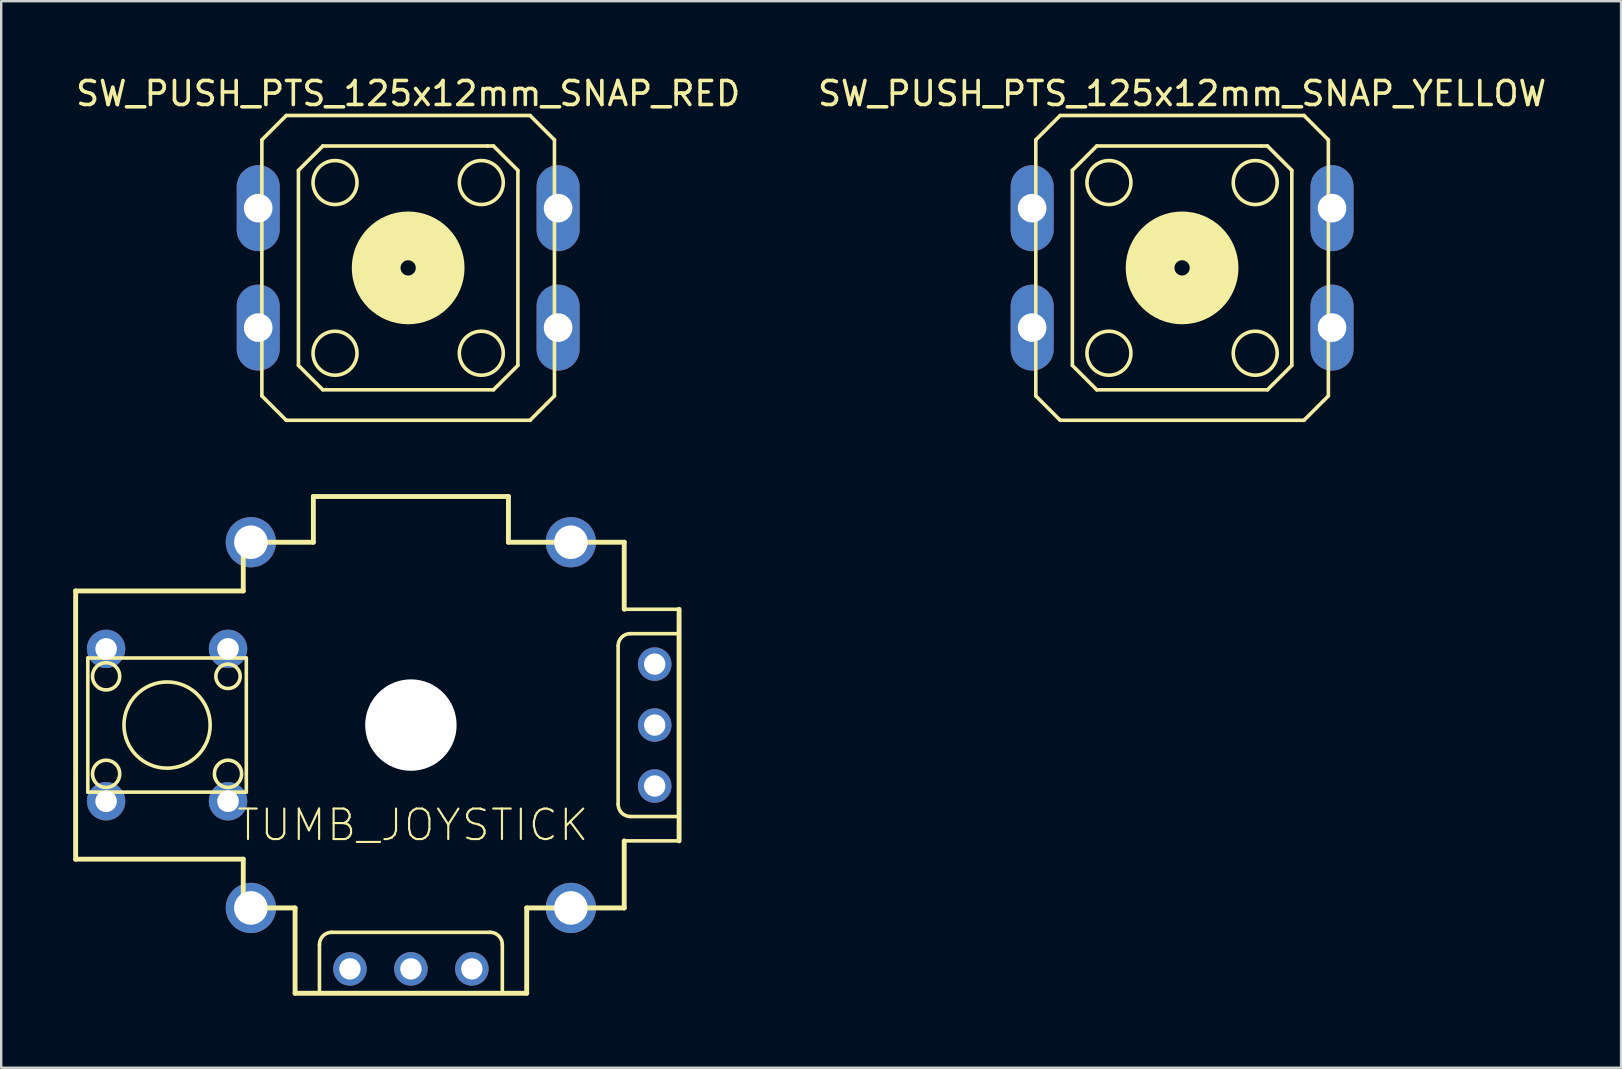
<source format=kicad_pcb>
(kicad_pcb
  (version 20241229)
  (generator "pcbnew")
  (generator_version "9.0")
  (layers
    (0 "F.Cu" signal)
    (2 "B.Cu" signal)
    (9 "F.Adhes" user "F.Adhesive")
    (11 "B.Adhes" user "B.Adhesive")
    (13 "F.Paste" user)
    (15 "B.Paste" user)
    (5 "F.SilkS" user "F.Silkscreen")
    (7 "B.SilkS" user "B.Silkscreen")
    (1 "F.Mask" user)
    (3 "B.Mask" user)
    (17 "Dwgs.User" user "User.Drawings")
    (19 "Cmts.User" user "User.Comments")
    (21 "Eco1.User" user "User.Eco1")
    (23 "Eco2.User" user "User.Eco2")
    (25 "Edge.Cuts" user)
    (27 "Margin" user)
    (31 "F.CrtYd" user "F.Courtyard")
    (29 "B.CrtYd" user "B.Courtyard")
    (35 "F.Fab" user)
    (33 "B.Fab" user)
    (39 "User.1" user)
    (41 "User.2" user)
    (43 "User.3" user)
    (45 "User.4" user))
  (footprint "TUMB_JOYSTICK"
    (layer "F.Cu")
    (at 14.199 27.291)
    (property "Reference" "TUMB_JOYSTICK" (at -0.051 4.039 180) (layer "F.SilkS") (effects (font (size 1.27 1.27) (thickness 0.089))))
    (attr exclude_from_pos_files exclude_from_bom)
    (fp_line (start -14.097 -5.715) (end -14.097 5.461) (stroke (width 0.203) (type solid)) (layer "F.SilkS"))
    (fp_line (start -14.097 -5.715) (end -7.112 -5.715) (stroke (width 0.203) (type solid)) (layer "F.SilkS"))
    (fp_line (start -14.097 5.461) (end -7.112 5.461) (stroke (width 0.203) (type solid)) (layer "F.SilkS"))
    (fp_line (start -13.589 -2.921) (end -13.589 2.667) (stroke (width 0.15) (type solid)) (layer "F.SilkS"))
    (fp_line (start -13.589 2.667) (end -6.985 2.667) (stroke (width 0.15) (type solid)) (layer "F.SilkS"))
    (fp_line (start -7.112 -7.747) (end -7.112 -5.715) (stroke (width 0.203) (type solid)) (layer "F.SilkS"))
    (fp_line (start -7.112 5.461) (end -7.112 7.493) (stroke (width 0.203) (type solid)) (layer "F.SilkS"))
    (fp_line (start -6.985 -2.921) (end -13.589 -2.921) (stroke (width 0.15) (type solid)) (layer "F.SilkS"))
    (fp_line (start -6.985 2.667) (end -6.985 -2.921) (stroke (width 0.15) (type solid)) (layer "F.SilkS"))
    (fp_line (start -4.953 7.493) (end -7.112 7.493) (stroke (width 0.203) (type solid)) (layer "F.SilkS"))
    (fp_line (start -4.953 7.493) (end -4.953 11.049) (stroke (width 0.203) (type solid)) (layer "F.SilkS"))
    (fp_line (start -4.953 11.049) (end 4.699 11.049) (stroke (width 0.203) (type solid)) (layer "F.SilkS"))
    (fp_line (start -4.191 -9.652) (end 3.937 -9.652) (stroke (width 0.203) (type solid)) (layer "F.SilkS"))
    (fp_line (start -4.191 -7.747) (end -7.112 -7.747) (stroke (width 0.203) (type solid)) (layer "F.SilkS"))
    (fp_line (start -4.191 -7.747) (end -4.191 -9.652) (stroke (width 0.203) (type solid)) (layer "F.SilkS"))
    (fp_line (start -3.937 11.049) (end -3.937 9.017) (stroke (width 0.15) (type solid)) (layer "F.SilkS"))
    (fp_line (start 3.175 8.509) (end -3.429 8.509) (stroke (width 0.15) (type solid)) (layer "F.SilkS"))
    (fp_line (start 3.683 11.049) (end 3.683 9.017) (stroke (width 0.15) (type solid)) (layer "F.SilkS"))
    (fp_line (start 3.937 -7.747) (end 3.937 -9.652) (stroke (width 0.203) (type solid)) (layer "F.SilkS"))
    (fp_line (start 3.937 -7.747) (end 8.763 -7.747) (stroke (width 0.203) (type solid)) (layer "F.SilkS"))
    (fp_line (start 4.699 7.493) (end 4.699 11.049) (stroke (width 0.203) (type solid)) (layer "F.SilkS"))
    (fp_line (start 4.699 7.493) (end 8.763 7.493) (stroke (width 0.203) (type solid)) (layer "F.SilkS"))
    (fp_line (start 8.509 -3.429) (end 8.509 3.175) (stroke (width 0.15) (type solid)) (layer "F.SilkS"))
    (fp_line (start 8.763 -4.953) (end 8.763 -7.747) (stroke (width 0.203) (type solid)) (layer "F.SilkS"))
    (fp_line (start 8.763 -4.953) (end 11.049 -4.953) (stroke (width 0.15) (type solid)) (layer "F.SilkS"))
    (fp_line (start 8.763 4.699) (end 8.763 7.493) (stroke (width 0.203) (type solid)) (layer "F.SilkS"))
    (fp_line (start 8.763 4.699) (end 11.049 4.699) (stroke (width 0.15) (type solid)) (layer "F.SilkS"))
    (fp_line (start 11.049 -4.953) (end 11.049 4.699) (stroke (width 0.203) (type solid)) (layer "F.SilkS"))
    (fp_line (start 11.049 -3.937) (end 9.017 -3.937) (stroke (width 0.15) (type solid)) (layer "F.SilkS"))
    (fp_line (start 11.049 3.683) (end 9.017 3.683) (stroke (width 0.15) (type solid)) (layer "F.SilkS"))
    (fp_arc (start -3.937 9.017) (mid -3.78821 8.65779) (end -3.429 8.509) (stroke (width 0.15) (type solid)) (layer "F.SilkS"))
    (fp_arc (start 3.175 8.509) (mid 3.53421 8.65779) (end 3.683 9.017) (stroke (width 0.15) (type solid)) (layer "F.SilkS"))
    (fp_arc (start 8.509 -3.429) (mid 8.65779 -3.78821) (end 9.017 -3.937) (stroke (width 0.15) (type solid)) (layer "F.SilkS"))
    (fp_arc (start 9.017 3.683) (mid 8.65779 3.53421) (end 8.509 3.175) (stroke (width 0.15) (type solid)) (layer "F.SilkS"))
    (fp_circle (center -12.827 -2.159) (end -12.319 -1.905) (stroke (width 0.15) (type solid)) (fill no) (layer "F.SilkS"))
    (fp_circle (center -12.827 1.905) (end -12.573 1.397) (stroke (width 0.15) (type solid)) (fill no) (layer "F.SilkS"))
    (fp_circle (center -10.287 -0.127) (end -9.017 -1.397) (stroke (width 0.15) (type solid)) (fill no) (layer "F.SilkS"))
    (fp_circle (center -7.747 -2.159) (end -7.747 -1.651) (stroke (width 0.15) (type solid)) (fill no) (layer "F.SilkS"))
    (fp_circle (center -7.747 1.905) (end -7.493 1.397) (stroke (width 0.15) (type solid)) (fill no) (layer "F.SilkS"))
    (pad "" np_thru_hole circle (at -0.127 -0.127 90) (size 3.81 3.81) (drill 3.81) (layers "*.Cu" "*.Mask"))
    (pad "1" thru_hole circle (at -2.667 10.033 90) (size 1.397 1.397) (drill 0.889) (layers "*.Cu" "*.Mask"))
    (pad "2" thru_hole circle (at -0.127 10.033 90) (size 1.397 1.397) (drill 0.889) (layers "*.Cu" "*.Mask"))
    (pad "3" thru_hole circle (at 2.413 10.033 90) (size 1.397 1.397) (drill 0.889) (layers "*.Cu" "*.Mask"))
    (pad "4" thru_hole circle (at 10.033 2.413 90) (size 1.397 1.397) (drill 0.889) (layers "*.Cu" "*.Mask"))
    (pad "5" thru_hole circle (at 10.033 -0.127 90) (size 1.397 1.397) (drill 0.889) (layers "*.Cu" "*.Mask"))
    (pad "6" thru_hole circle (at 10.033 -2.667 90) (size 1.397 1.397) (drill 0.889) (layers "*.Cu" "*.Mask"))
    (pad "7" thru_hole circle (at -12.827 3.048 90) (size 1.6 1.6) (drill 0.899) (layers "*.Cu" "*.Mask"))
    (pad "7" thru_hole circle (at -7.747 3.048 90) (size 1.6 1.6) (drill 0.899) (layers "*.Cu" "*.Mask"))
    (pad "8" thru_hole circle (at -12.827 -3.302 90) (size 1.6 1.6) (drill 0.899) (layers "*.Cu" "*.Mask"))
    (pad "8" thru_hole circle (at -7.747 -3.302 90) (size 1.6 1.6) (drill 0.899) (layers "*.Cu" "*.Mask"))
    (pad "9" thru_hole circle (at -6.795 -7.747 90) (size 2.095 2.095) (drill 1.397) (layers "*.Cu" "*.Mask"))
    (pad "9" thru_hole circle (at -6.795 7.493 90) (size 2.095 2.095) (drill 1.397) (layers "*.Cu" "*.Mask"))
    (pad "9" thru_hole circle (at 6.54 -7.747 90) (size 2.095 2.095) (drill 1.397) (layers "*.Cu" "*.Mask"))
    (pad "9" thru_hole circle (at 6.54 7.493 90) (size 2.095 2.095) (drill 1.397) (layers "*.Cu" "*.Mask")))
  (footprint "SW_PUSH_PTS_125x12mm_SNAP_RED"
    (layer "F.Cu")
    (at 13.958 8.113)
    (property "Reference" "SW_PUSH_PTS_125x12mm_SNAP_RED" (at 0 -7.264 0) (layer "F.SilkS") (effects (font (size 1 1) (thickness 0.15))))
    (attr through_hole)
    (fp_line (start -6.096 -5.334) (end -6.096 5.334) (stroke (width 0.15) (type solid)) (layer "F.SilkS"))
    (fp_line (start -6.096 -5.334) (end -5.08 -6.35) (stroke (width 0.15) (type solid)) (layer "F.SilkS"))
    (fp_line (start -5.08 -6.35) (end 5.08 -6.35) (stroke (width 0.15) (type solid)) (layer "F.SilkS"))
    (fp_line (start -5.08 6.35) (end -6.096 5.334) (stroke (width 0.15) (type solid)) (layer "F.SilkS"))
    (fp_line (start -5.08 6.35) (end 5.08 6.35) (stroke (width 0.15) (type solid)) (layer "F.SilkS"))
    (fp_line (start -4.572 -4.064) (end -4.572 4.064) (stroke (width 0.15) (type solid)) (layer "F.SilkS"))
    (fp_line (start -4.572 -4.064) (end -3.556 -5.08) (stroke (width 0.15) (type solid)) (layer "F.SilkS"))
    (fp_line (start -4.572 4.064) (end -3.556 5.08) (stroke (width 0.15) (type solid)) (layer "F.SilkS"))
    (fp_line (start -3.556 -5.08) (end 3.302 -5.08) (stroke (width 0.15) (type solid)) (layer "F.SilkS"))
    (fp_line (start 3.302 -5.08) (end 3.556 -5.08) (stroke (width 0.15) (type solid)) (layer "F.SilkS"))
    (fp_line (start 3.556 -5.08) (end 4.572 -4.064) (stroke (width 0.15) (type solid)) (layer "F.SilkS"))
    (fp_line (start 3.556 5.08) (end -3.556 5.08) (stroke (width 0.15) (type solid)) (layer "F.SilkS"))
    (fp_line (start 4.572 4.064) (end 3.556 5.08) (stroke (width 0.15) (type solid)) (layer "F.SilkS"))
    (fp_line (start 4.572 4.064) (end 4.572 -4.064) (stroke (width 0.15) (type solid)) (layer "F.SilkS"))
    (fp_line (start 5.08 6.35) (end 6.096 5.334) (stroke (width 0.15) (type solid)) (layer "F.SilkS"))
    (fp_line (start 6.096 -5.334) (end 5.08 -6.35) (stroke (width 0.15) (type solid)) (layer "F.SilkS"))
    (fp_line (start 6.096 5.334) (end 6.096 -5.334) (stroke (width 0.15) (type solid)) (layer "F.SilkS"))
    (fp_circle (center -3.048 -3.556) (end -2.54 -2.794) (stroke (width 0.15) (type solid)) (fill no) (layer "F.SilkS"))
    (fp_circle (center -3.048 3.556) (end -2.286 3.048) (stroke (width 0.15) (type solid)) (fill no) (layer "F.SilkS"))
    (fp_circle (center 0 0) (end 1.333 0) (stroke (width 2.032) (type solid)) (fill no) (layer "F.SilkS"))
    (fp_circle (center 3.048 -3.556) (end 2.286 -3.048) (stroke (width 0.15) (type solid)) (fill no) (layer "F.SilkS"))
    (fp_circle (center 3.048 3.556) (end 2.286 3.048) (stroke (width 0.15) (type solid)) (fill no) (layer "F.SilkS"))
    (pad "1" thru_hole oval (at -6.248 -2.489) (size 1.791 3.581) (drill 1.194) (layers "*.Cu" "*.Mask"))
    (pad "2" thru_hole oval (at 6.248 -2.489) (size 1.791 3.581) (drill 1.194) (layers "*.Cu" "*.Mask"))
    (pad "3" thru_hole oval (at -6.248 2.489) (size 1.791 3.581) (drill 1.194) (layers "*.Cu" "*.Mask"))
    (pad "4" thru_hole oval (at 6.248 2.489) (size 1.791 3.581) (drill 1.194) (layers "*.Cu" "*.Mask")))
  (footprint "SW_PUSH_PTS_125x12mm_SNAP_YELLOW"
    (layer "F.Cu")
    (at 46.208 8.113)
    (property "Reference" "SW_PUSH_PTS_125x12mm_SNAP_YELLOW" (at 0 -7.264 0) (layer "F.SilkS") (effects (font (size 1 1) (thickness 0.15))))
    (attr through_hole)
    (fp_line (start -6.096 -5.334) (end -6.096 5.334) (stroke (width 0.15) (type solid)) (layer "F.SilkS"))
    (fp_line (start -6.096 -5.334) (end -5.08 -6.35) (stroke (width 0.15) (type solid)) (layer "F.SilkS"))
    (fp_line (start -5.08 -6.35) (end 5.08 -6.35) (stroke (width 0.15) (type solid)) (layer "F.SilkS"))
    (fp_line (start -5.08 6.35) (end -6.096 5.334) (stroke (width 0.15) (type solid)) (layer "F.SilkS"))
    (fp_line (start -5.08 6.35) (end 5.08 6.35) (stroke (width 0.15) (type solid)) (layer "F.SilkS"))
    (fp_line (start -4.572 -4.064) (end -4.572 4.064) (stroke (width 0.15) (type solid)) (layer "F.SilkS"))
    (fp_line (start -4.572 -4.064) (end -3.556 -5.08) (stroke (width 0.15) (type solid)) (layer "F.SilkS"))
    (fp_line (start -4.572 4.064) (end -3.556 5.08) (stroke (width 0.15) (type solid)) (layer "F.SilkS"))
    (fp_line (start -3.556 -5.08) (end 3.302 -5.08) (stroke (width 0.15) (type solid)) (layer "F.SilkS"))
    (fp_line (start 3.302 -5.08) (end 3.556 -5.08) (stroke (width 0.15) (type solid)) (layer "F.SilkS"))
    (fp_line (start 3.556 -5.08) (end 4.572 -4.064) (stroke (width 0.15) (type solid)) (layer "F.SilkS"))
    (fp_line (start 3.556 5.08) (end -3.556 5.08) (stroke (width 0.15) (type solid)) (layer "F.SilkS"))
    (fp_line (start 4.572 4.064) (end 3.556 5.08) (stroke (width 0.15) (type solid)) (layer "F.SilkS"))
    (fp_line (start 4.572 4.064) (end 4.572 -4.064) (stroke (width 0.15) (type solid)) (layer "F.SilkS"))
    (fp_line (start 5.08 6.35) (end 6.096 5.334) (stroke (width 0.15) (type solid)) (layer "F.SilkS"))
    (fp_line (start 6.096 -5.334) (end 5.08 -6.35) (stroke (width 0.15) (type solid)) (layer "F.SilkS"))
    (fp_line (start 6.096 5.334) (end 6.096 -5.334) (stroke (width 0.15) (type solid)) (layer "F.SilkS"))
    (fp_circle (center -3.048 -3.556) (end -2.54 -2.794) (stroke (width 0.15) (type solid)) (fill no) (layer "F.SilkS"))
    (fp_circle (center -3.048 3.556) (end -2.286 3.048) (stroke (width 0.15) (type solid)) (fill no) (layer "F.SilkS"))
    (fp_circle (center 0 0) (end 1.333 0) (stroke (width 2.032) (type solid)) (fill no) (layer "F.SilkS"))
    (fp_circle (center 3.048 -3.556) (end 2.286 -3.048) (stroke (width 0.15) (type solid)) (fill no) (layer "F.SilkS"))
    (fp_circle (center 3.048 3.556) (end 2.286 3.048) (stroke (width 0.15) (type solid)) (fill no) (layer "F.SilkS"))
    (pad "1" thru_hole oval (at -6.248 -2.489) (size 1.791 3.581) (drill 1.194) (layers "*.Cu" "*.Mask"))
    (pad "2" thru_hole oval (at 6.248 -2.489) (size 1.791 3.581) (drill 1.194) (layers "*.Cu" "*.Mask"))
    (pad "3" thru_hole oval (at -6.248 2.489) (size 1.791 3.581) (drill 1.194) (layers "*.Cu" "*.Mask"))
    (pad "4" thru_hole oval (at 6.248 2.489) (size 1.791 3.581) (drill 1.194) (layers "*.Cu" "*.Mask")))
  (gr_rect
    (start -3 -3)
    (end 64.5 41.442)
    (stroke (width 0.1) (type default))
    (fill no)
    (layer "Edge.Cuts")))
</source>
